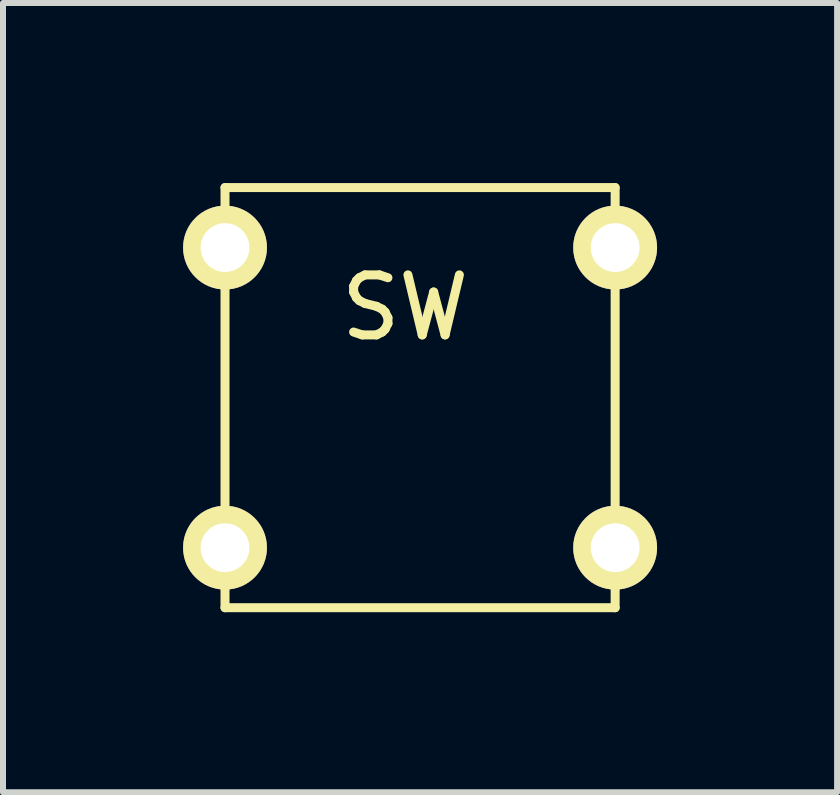
<source format=kicad_pcb>
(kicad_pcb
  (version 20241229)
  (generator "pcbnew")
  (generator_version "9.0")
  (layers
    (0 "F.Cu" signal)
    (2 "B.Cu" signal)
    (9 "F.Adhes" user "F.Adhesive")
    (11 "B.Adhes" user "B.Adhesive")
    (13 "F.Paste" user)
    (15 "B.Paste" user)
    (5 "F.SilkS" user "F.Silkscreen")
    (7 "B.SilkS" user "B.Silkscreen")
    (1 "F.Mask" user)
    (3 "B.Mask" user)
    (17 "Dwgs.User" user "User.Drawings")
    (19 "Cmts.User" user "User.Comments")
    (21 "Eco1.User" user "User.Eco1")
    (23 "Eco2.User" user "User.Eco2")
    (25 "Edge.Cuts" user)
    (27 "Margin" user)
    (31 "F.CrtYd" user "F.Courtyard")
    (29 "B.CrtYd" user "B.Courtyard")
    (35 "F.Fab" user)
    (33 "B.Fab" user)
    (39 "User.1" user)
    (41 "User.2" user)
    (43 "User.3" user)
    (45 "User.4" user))
  (footprint "SW"
    (layer "F.Cu")
    (at 3.699 3.575)
    (property "Reference" "SW" (at 0 -1.5 0) (layer "F.SilkS") (effects (font (size 1 1) (thickness 0.15))))
    (attr through_hole)
    (fp_line (start -3 -3.5) (end -3 3.5) (stroke (width 0.15) (type solid)) (layer "F.SilkS"))
    (fp_line (start -3 3.5) (end 3.5 3.5) (stroke (width 0.15) (type solid)) (layer "F.SilkS"))
    (fp_line (start 3.5 -3.5) (end -3 -3.5) (stroke (width 0.15) (type solid)) (layer "F.SilkS"))
    (fp_line (start 3.5 3.5) (end 3.5 -3.5) (stroke (width 0.15) (type solid)) (layer "F.SilkS"))
    (pad "1" thru_hole circle (at -3 -2.5) (size 1.397 1.397) (drill 0.813) (layers "*.Cu" "*.Mask" "F.SilkS"))
    (pad "1" thru_hole circle (at 3.5 -2.5) (size 1.397 1.397) (drill 0.813) (layers "*.Cu" "*.Mask" "F.SilkS"))
    (pad "2" thru_hole circle (at -3 2.5) (size 1.397 1.397) (drill 0.813) (layers "*.Cu" "*.Mask" "F.SilkS"))
    (pad "2" thru_hole circle (at 3.5 2.5) (size 1.397 1.397) (drill 0.813) (layers "*.Cu" "*.Mask" "F.SilkS")))
  (gr_rect
    (start -3 -3)
    (end 10.897 10.15)
    (stroke (width 0.1) (type default))
    (fill no)
    (layer "Edge.Cuts")))
</source>
